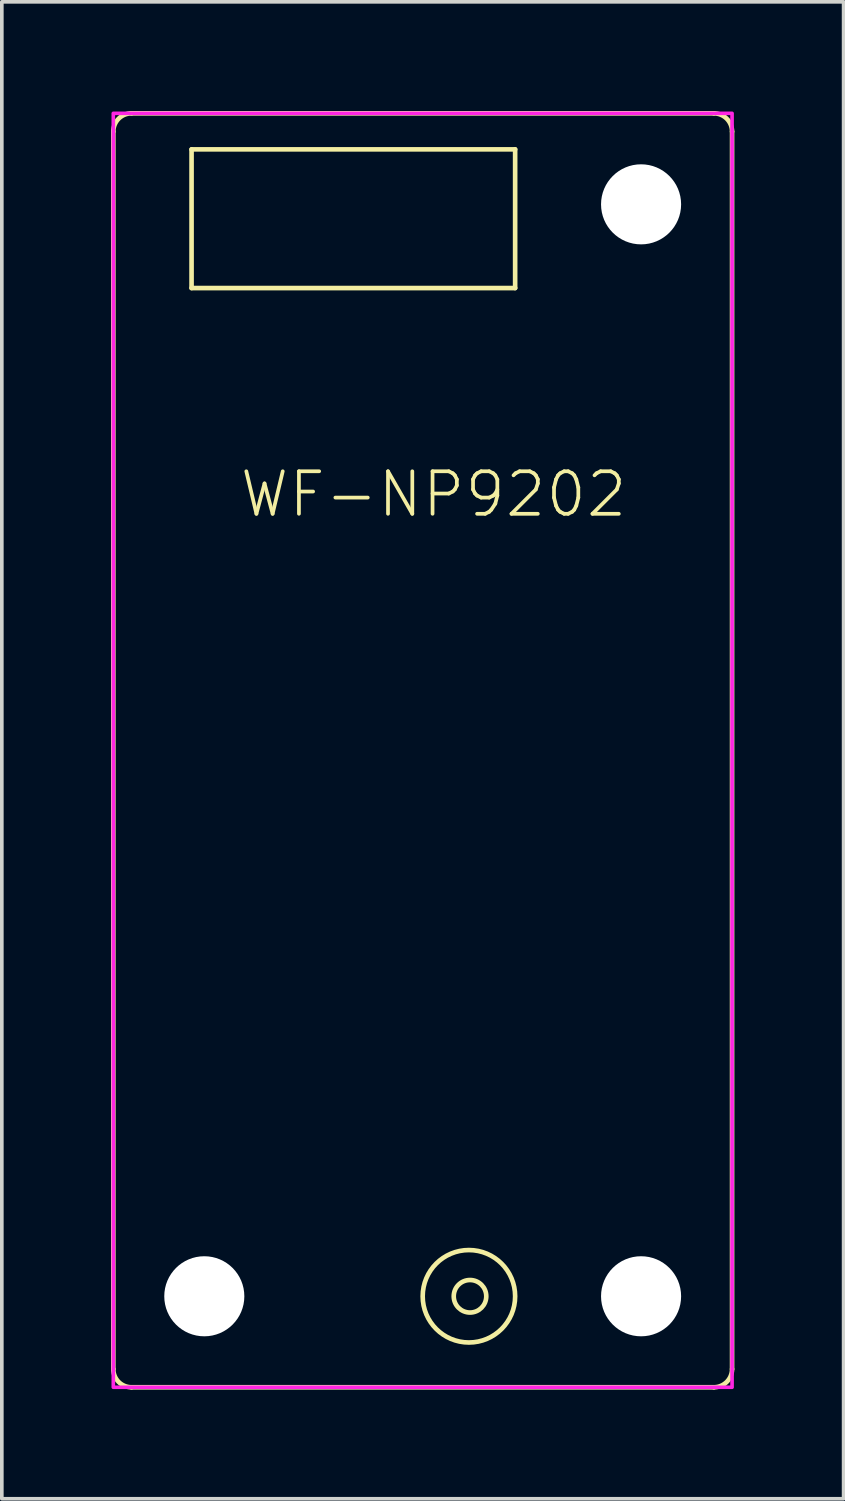
<source format=kicad_pcb>
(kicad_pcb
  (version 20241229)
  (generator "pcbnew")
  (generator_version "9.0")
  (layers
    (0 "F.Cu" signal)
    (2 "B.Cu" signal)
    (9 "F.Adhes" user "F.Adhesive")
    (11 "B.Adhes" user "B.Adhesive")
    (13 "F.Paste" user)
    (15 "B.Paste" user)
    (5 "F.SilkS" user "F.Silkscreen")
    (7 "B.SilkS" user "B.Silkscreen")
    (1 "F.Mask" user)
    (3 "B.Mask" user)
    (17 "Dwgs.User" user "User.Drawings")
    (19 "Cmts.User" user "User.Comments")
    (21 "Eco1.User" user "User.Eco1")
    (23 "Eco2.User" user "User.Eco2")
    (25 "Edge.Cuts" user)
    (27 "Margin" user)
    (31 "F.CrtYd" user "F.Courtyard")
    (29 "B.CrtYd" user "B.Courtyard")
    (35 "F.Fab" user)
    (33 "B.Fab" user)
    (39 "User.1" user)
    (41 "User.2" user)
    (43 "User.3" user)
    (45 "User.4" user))
  (footprint "WF-NP9202"
    (layer "F.Cu")
    (at 8.563 17.564)
    (property "Reference" "WF-NP9202" (at -5.08 -6.35 0) (layer "F.SilkS") (effects (font (size 1.168 1.168) (thickness 0.102)) (justify left bottom)))
    (fp_circle (center -6 15) (end -5 15) (stroke (width 2) (type solid)) (fill yes) (layer "F.Mask"))
    (fp_circle (center 6 -15) (end 7 -15) (stroke (width 2) (type solid)) (fill yes) (layer "F.Mask"))
    (fp_circle (center 6 15) (end 7 15) (stroke (width 2) (type solid)) (fill yes) (layer "F.Mask"))
    (fp_circle (center -6 15) (end -5 15) (stroke (width 2) (type solid)) (fill yes) (layer "B.Mask"))
    (fp_circle (center 6 -15) (end 7 -15) (stroke (width 2) (type solid)) (fill yes) (layer "B.Mask"))
    (fp_circle (center 6 15) (end 7 15) (stroke (width 2) (type solid)) (fill yes) (layer "B.Mask"))
    (fp_line (start -8.5 17) (end -8.5 -17) (stroke (width 0.127) (type solid)) (layer "F.SilkS"))
    (fp_line (start -8 -17.5) (end 8 -17.5) (stroke (width 0.127) (type solid)) (layer "F.SilkS"))
    (fp_line (start -6.35 -16.51) (end -6.35 -12.7) (stroke (width 0.127) (type solid)) (layer "F.SilkS"))
    (fp_line (start -6.35 -12.7) (end 2.54 -12.7) (stroke (width 0.127) (type solid)) (layer "F.SilkS"))
    (fp_line (start 2.54 -16.51) (end -6.35 -16.51) (stroke (width 0.127) (type solid)) (layer "F.SilkS"))
    (fp_line (start 2.54 -12.7) (end 2.54 -16.51) (stroke (width 0.127) (type solid)) (layer "F.SilkS"))
    (fp_line (start 8 17.5) (end -8 17.5) (stroke (width 0.127) (type solid)) (layer "F.SilkS"))
    (fp_line (start 8.5 -17) (end 8.5 17) (stroke (width 0.127) (type solid)) (layer "F.SilkS"))
    (fp_arc (start -8.5 -17) (mid -8.353553 -17.353553) (end -8 -17.5) (stroke (width 0.127) (type solid)) (layer "F.SilkS"))
    (fp_arc (start -8 17.5) (mid -8.353553 17.353553) (end -8.5 17) (stroke (width 0.127) (type solid)) (layer "F.SilkS"))
    (fp_arc (start 8 -17.5) (mid 8.353553 -17.353553) (end 8.5 -17) (stroke (width 0.127) (type solid)) (layer "F.SilkS"))
    (fp_arc (start 8.5 17) (mid 8.353553 17.353553) (end 8 17.5) (stroke (width 0.127) (type solid)) (layer "F.SilkS"))
    (fp_circle (center 1.27 15) (end 2.54 15) (stroke (width 0.127) (type solid)) (fill no) (layer "F.SilkS"))
    (fp_circle (center 1.3 15) (end 1.747 15) (stroke (width 0.127) (type solid)) (fill no) (layer "F.SilkS"))
    (fp_poly (pts (xy -8.5 17.5) (xy 8.5 17.5) (xy 8.5 -17.5) (xy -8.5 -17.5)) (stroke (width 0.1) (type solid)) (fill no) (layer "F.CrtYd"))
    (pad "" np_thru_hole circle (at -6 15) (size 2.2 2.2) (drill 2.2) (layers "*.Cu" "*.Mask"))
    (pad "" np_thru_hole circle (at 6 -15) (size 2.2 2.2) (drill 2.2) (layers "*.Cu" "*.Mask"))
    (pad "" np_thru_hole circle (at 6 15) (size 2.2 2.2) (drill 2.2) (layers "*.Cu" "*.Mask"))
    (zone (net_name "") (layer "F.Cu") (hatch edge 0.508) (connect_pads) (min_thickness 0.254) (filled_areas_thickness no) (keepout (tracks not_allowed) (vias not_allowed) (pads not_allowed) (copperpour not_allowed) (footprints allowed)) (placement (enabled no)) (fill) (polygon (pts (xy 4.564 32.563) (xy 4.533 32.216) (xy 4.443 31.879) (xy 4.296 31.564) (xy 4.096 31.278) (xy 3.849 31.031) (xy 3.563 30.831) (xy 3.248 30.684) (xy 2.911 30.594) (xy 2.563 30.564) (xy 2.216 30.594) (xy 1.879 30.684) (xy 1.563 30.831) (xy 1.278 31.031) (xy 1.031 31.278) (xy 0.831 31.564) (xy 0.684 31.879) (xy 0.594 32.216) (xy 0.564 32.563) (xy 0.594 32.911) (xy 0.684 33.248) (xy 0.831 33.563) (xy 1.031 33.849) (xy 1.278 34.096) (xy 1.563 34.296) (xy 1.879 34.443) (xy 2.216 34.533) (xy 2.563 34.563) (xy 2.911 34.533) (xy 3.248 34.443) (xy 3.563 34.296) (xy 3.849 34.096) (xy 4.096 33.849) (xy 4.296 33.563) (xy 4.443 33.248) (xy 4.533 32.911))))
    (zone (net_name "") (layer "F.Cu") (hatch edge 0.508) (connect_pads) (min_thickness 0.254) (filled_areas_thickness no) (keepout (tracks not_allowed) (vias not_allowed) (pads not_allowed) (copperpour not_allowed) (footprints allowed)) (placement (enabled no)) (fill) (polygon (pts (xy 16.564 2.563) (xy 16.533 2.216) (xy 16.443 1.879) (xy 16.296 1.563) (xy 16.096 1.278) (xy 15.849 1.031) (xy 15.563 0.831) (xy 15.248 0.684) (xy 14.911 0.594) (xy 14.563 0.564) (xy 14.216 0.594) (xy 13.879 0.684) (xy 13.563 0.831) (xy 13.278 1.031) (xy 13.031 1.278) (xy 12.831 1.563) (xy 12.684 1.879) (xy 12.594 2.216) (xy 12.563 2.563) (xy 12.594 2.911) (xy 12.684 3.248) (xy 12.831 3.563) (xy 13.031 3.849) (xy 13.278 4.096) (xy 13.563 4.296) (xy 13.879 4.443) (xy 14.216 4.533) (xy 14.563 4.564) (xy 14.911 4.533) (xy 15.248 4.443) (xy 15.563 4.296) (xy 15.849 4.096) (xy 16.096 3.849) (xy 16.296 3.563) (xy 16.443 3.248) (xy 16.533 2.911))))
    (zone (net_name "") (layer "F.Cu") (hatch edge 0.508) (connect_pads) (min_thickness 0.254) (filled_areas_thickness no) (keepout (tracks not_allowed) (vias not_allowed) (pads not_allowed) (copperpour not_allowed) (footprints allowed)) (placement (enabled no)) (fill) (polygon (pts (xy 16.564 32.563) (xy 16.533 32.216) (xy 16.443 31.879) (xy 16.296 31.564) (xy 16.096 31.278) (xy 15.849 31.031) (xy 15.563 30.831) (xy 15.248 30.684) (xy 14.911 30.594) (xy 14.563 30.564) (xy 14.216 30.594) (xy 13.879 30.684) (xy 13.563 30.831) (xy 13.278 31.031) (xy 13.031 31.278) (xy 12.831 31.564) (xy 12.684 31.879) (xy 12.594 32.216) (xy 12.563 32.563) (xy 12.594 32.911) (xy 12.684 33.248) (xy 12.831 33.563) (xy 13.031 33.849) (xy 13.278 34.096) (xy 13.563 34.296) (xy 13.879 34.443) (xy 14.216 34.533) (xy 14.563 34.563) (xy 14.911 34.533) (xy 15.248 34.443) (xy 15.563 34.296) (xy 15.849 34.096) (xy 16.096 33.849) (xy 16.296 33.563) (xy 16.443 33.248) (xy 16.533 32.911))))
    (zone (net_name "") (layer "B.Cu") (hatch edge 0.508) (connect_pads) (min_thickness 0.254) (filled_areas_thickness no) (keepout (tracks not_allowed) (vias not_allowed) (pads not_allowed) (copperpour not_allowed) (footprints allowed)) (placement (enabled no)) (fill) (polygon (pts (xy 4.564 32.563) (xy 4.533 32.216) (xy 4.443 31.879) (xy 4.296 31.564) (xy 4.096 31.278) (xy 3.849 31.031) (xy 3.563 30.831) (xy 3.248 30.684) (xy 2.911 30.594) (xy 2.563 30.564) (xy 2.216 30.594) (xy 1.879 30.684) (xy 1.563 30.831) (xy 1.278 31.031) (xy 1.031 31.278) (xy 0.831 31.564) (xy 0.684 31.879) (xy 0.594 32.216) (xy 0.564 32.563) (xy 0.594 32.911) (xy 0.684 33.248) (xy 0.831 33.563) (xy 1.031 33.849) (xy 1.278 34.096) (xy 1.563 34.296) (xy 1.879 34.443) (xy 2.216 34.533) (xy 2.563 34.563) (xy 2.911 34.533) (xy 3.248 34.443) (xy 3.563 34.296) (xy 3.849 34.096) (xy 4.096 33.849) (xy 4.296 33.563) (xy 4.443 33.248) (xy 4.533 32.911))))
    (zone (net_name "") (layer "B.Cu") (hatch edge 0.508) (connect_pads) (min_thickness 0.254) (filled_areas_thickness no) (keepout (tracks not_allowed) (vias not_allowed) (pads not_allowed) (copperpour not_allowed) (footprints allowed)) (placement (enabled no)) (fill) (polygon (pts (xy 16.564 2.563) (xy 16.533 2.216) (xy 16.443 1.879) (xy 16.296 1.563) (xy 16.096 1.278) (xy 15.849 1.031) (xy 15.563 0.831) (xy 15.248 0.684) (xy 14.911 0.594) (xy 14.563 0.564) (xy 14.216 0.594) (xy 13.879 0.684) (xy 13.563 0.831) (xy 13.278 1.031) (xy 13.031 1.278) (xy 12.831 1.563) (xy 12.684 1.879) (xy 12.594 2.216) (xy 12.563 2.563) (xy 12.594 2.911) (xy 12.684 3.248) (xy 12.831 3.563) (xy 13.031 3.849) (xy 13.278 4.096) (xy 13.563 4.296) (xy 13.879 4.443) (xy 14.216 4.533) (xy 14.563 4.564) (xy 14.911 4.533) (xy 15.248 4.443) (xy 15.563 4.296) (xy 15.849 4.096) (xy 16.096 3.849) (xy 16.296 3.563) (xy 16.443 3.248) (xy 16.533 2.911))))
    (zone (net_name "") (layer "B.Cu") (hatch edge 0.508) (connect_pads) (min_thickness 0.254) (filled_areas_thickness no) (keepout (tracks not_allowed) (vias not_allowed) (pads not_allowed) (copperpour not_allowed) (footprints allowed)) (placement (enabled no)) (fill) (polygon (pts (xy 16.564 32.563) (xy 16.533 32.216) (xy 16.443 31.879) (xy 16.296 31.564) (xy 16.096 31.278) (xy 15.849 31.031) (xy 15.563 30.831) (xy 15.248 30.684) (xy 14.911 30.594) (xy 14.563 30.564) (xy 14.216 30.594) (xy 13.879 30.684) (xy 13.563 30.831) (xy 13.278 31.031) (xy 13.031 31.278) (xy 12.831 31.564) (xy 12.684 31.879) (xy 12.594 32.216) (xy 12.563 32.563) (xy 12.594 32.911) (xy 12.684 33.248) (xy 12.831 33.563) (xy 13.031 33.849) (xy 13.278 34.096) (xy 13.563 34.296) (xy 13.879 34.443) (xy 14.216 34.533) (xy 14.563 34.563) (xy 14.911 34.533) (xy 15.248 34.443) (xy 15.563 34.296) (xy 15.849 34.096) (xy 16.096 33.849) (xy 16.296 33.563) (xy 16.443 33.248) (xy 16.533 32.911)))))
  (gr_rect
    (start -3 -3)
    (end 20.127 38.127)
    (stroke (width 0.1) (type default))
    (fill no)
    (layer "Edge.Cuts")))
</source>
